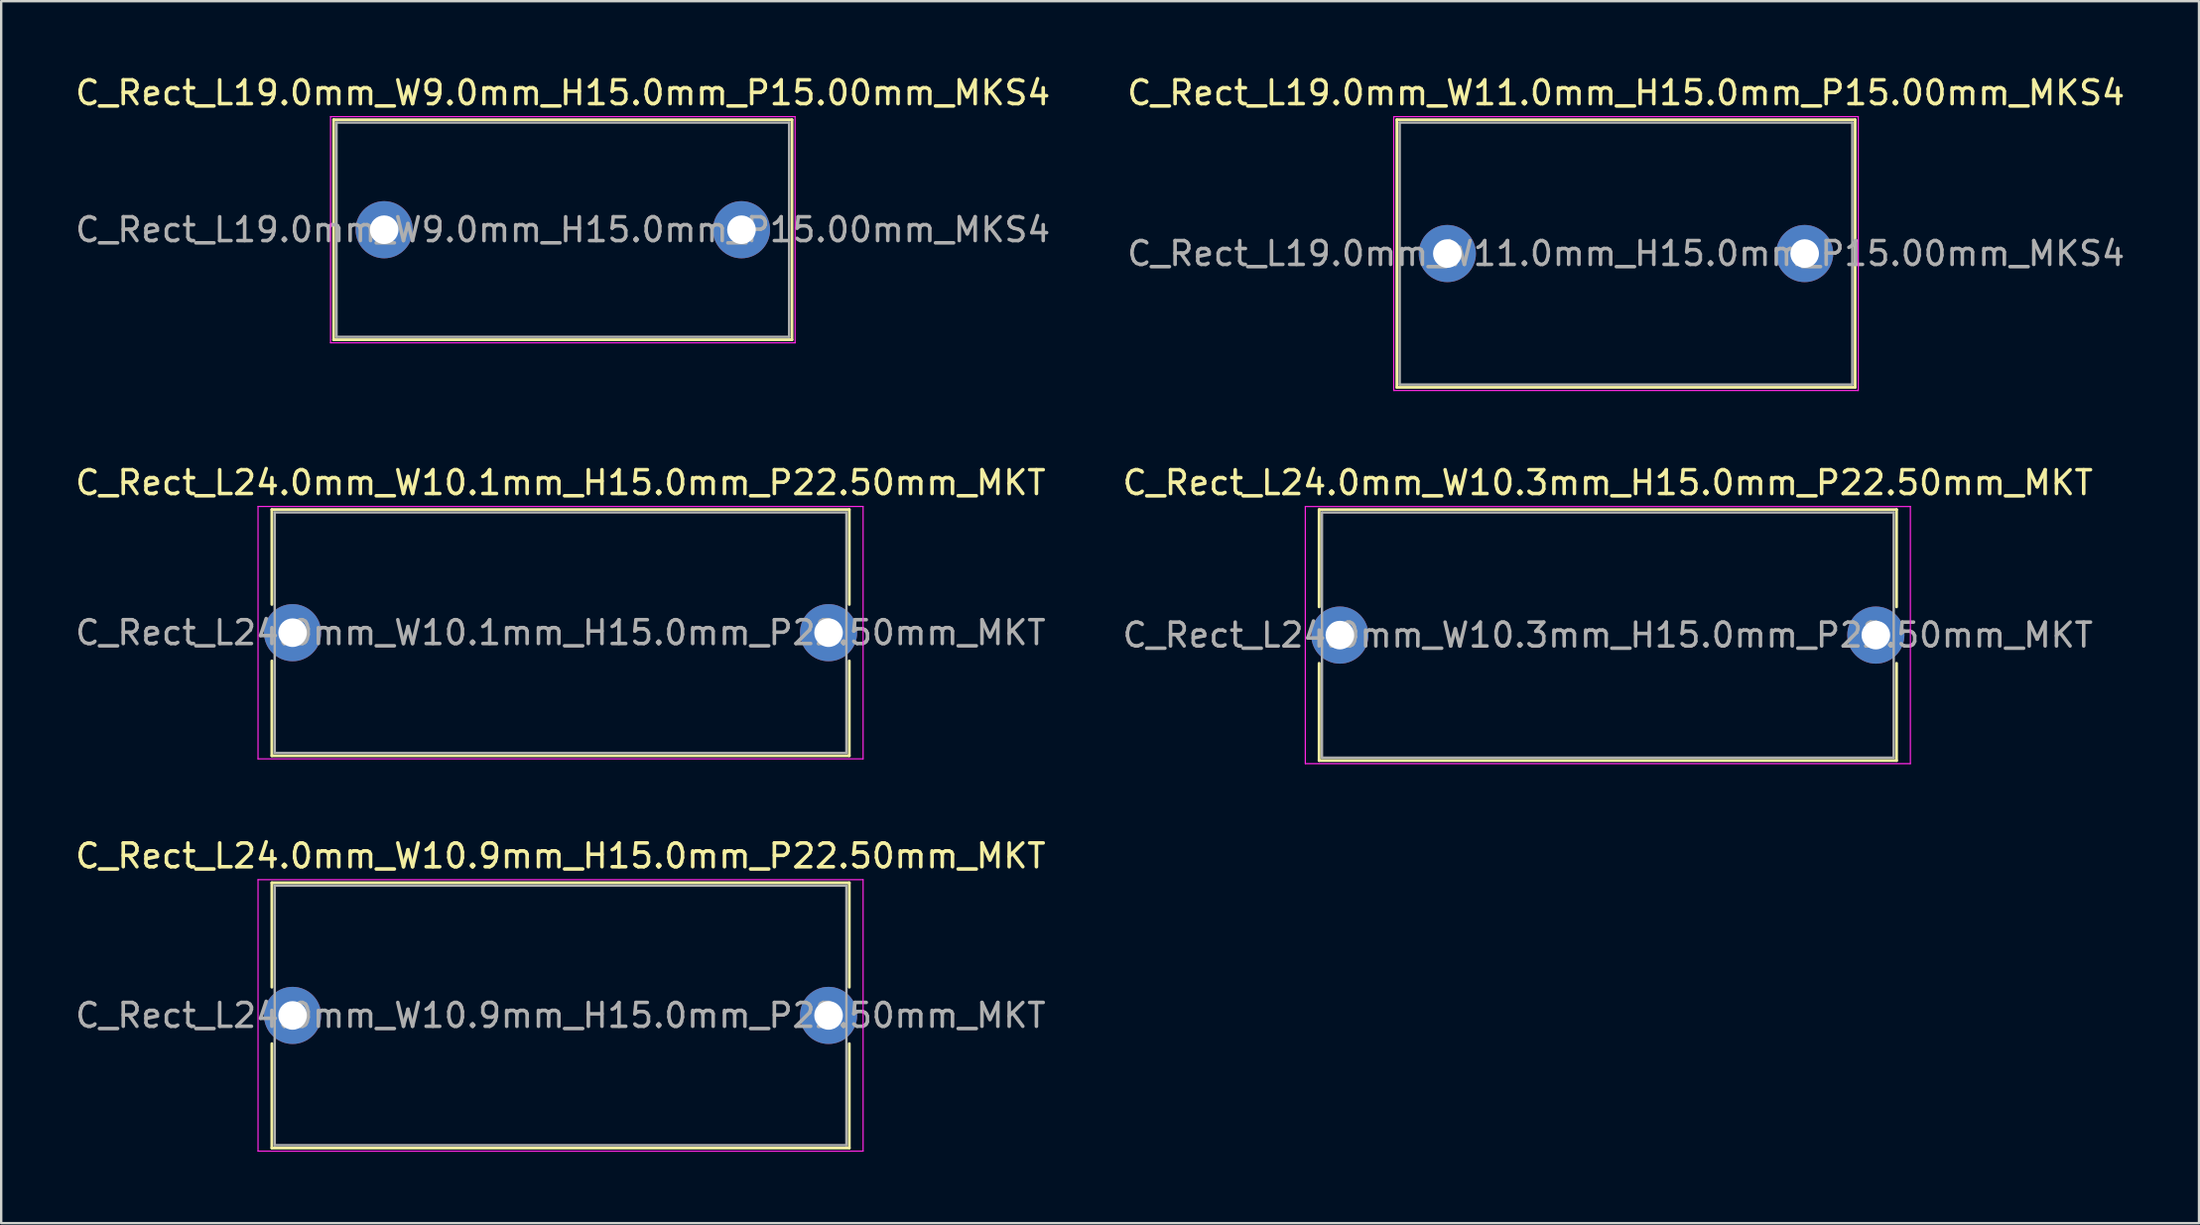
<source format=kicad_pcb>
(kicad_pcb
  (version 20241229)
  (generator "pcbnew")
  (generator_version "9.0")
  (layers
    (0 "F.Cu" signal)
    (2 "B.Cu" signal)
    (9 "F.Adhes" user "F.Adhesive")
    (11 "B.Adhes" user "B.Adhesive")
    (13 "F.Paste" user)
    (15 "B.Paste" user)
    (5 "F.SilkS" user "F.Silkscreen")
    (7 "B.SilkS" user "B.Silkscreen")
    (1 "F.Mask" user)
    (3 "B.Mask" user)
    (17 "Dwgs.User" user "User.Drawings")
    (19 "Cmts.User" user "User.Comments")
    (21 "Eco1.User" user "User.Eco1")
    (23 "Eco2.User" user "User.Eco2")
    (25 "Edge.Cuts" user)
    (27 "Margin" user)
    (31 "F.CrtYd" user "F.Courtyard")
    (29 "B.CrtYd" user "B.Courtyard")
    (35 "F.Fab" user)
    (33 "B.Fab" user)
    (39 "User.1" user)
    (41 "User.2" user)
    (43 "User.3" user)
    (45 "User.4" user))
  (footprint "C_Rect_L19.0mm_W11.0mm_H15.0mm_P15.00mm_MKS4"
    (layer "F.Cu")
    (at 57.708 7.598)
    (property "Reference" "C_Rect_L19.0mm_W11.0mm_H15.0mm_P15.00mm_MKS4" (at 7.5 -6.75 0) (layer "F.SilkS") (effects (font (size 1 1) (thickness 0.15))))
    (attr through_hole)
    (fp_line (start -2.12 -5.62) (end -2.12 5.62) (stroke (width 0.12) (type solid)) (layer "F.SilkS"))
    (fp_line (start -2.12 -5.62) (end 17.12 -5.62) (stroke (width 0.12) (type solid)) (layer "F.SilkS"))
    (fp_line (start -2.12 5.62) (end 17.12 5.62) (stroke (width 0.12) (type solid)) (layer "F.SilkS"))
    (fp_line (start 17.12 -5.62) (end 17.12 5.62) (stroke (width 0.12) (type solid)) (layer "F.SilkS"))
    (fp_line (start -2.25 -5.75) (end -2.25 5.75) (stroke (width 0.05) (type solid)) (layer "F.CrtYd"))
    (fp_line (start -2.25 5.75) (end 17.25 5.75) (stroke (width 0.05) (type solid)) (layer "F.CrtYd"))
    (fp_line (start 17.25 -5.75) (end -2.25 -5.75) (stroke (width 0.05) (type solid)) (layer "F.CrtYd"))
    (fp_line (start 17.25 5.75) (end 17.25 -5.75) (stroke (width 0.05) (type solid)) (layer "F.CrtYd"))
    (fp_line (start -2 -5.5) (end -2 5.5) (stroke (width 0.1) (type solid)) (layer "F.Fab"))
    (fp_line (start -2 5.5) (end 17 5.5) (stroke (width 0.1) (type solid)) (layer "F.Fab"))
    (fp_line (start 17 -5.5) (end -2 -5.5) (stroke (width 0.1) (type solid)) (layer "F.Fab"))
    (fp_line (start 17 5.5) (end 17 -5.5) (stroke (width 0.1) (type solid)) (layer "F.Fab"))
    (fp_text user "${REFERENCE}" (at 7.5 0 0) (layer "F.Fab") (effects (font (size 1 1) (thickness 0.15))))
    (pad "1" thru_hole circle (at 0 0) (size 2.4 2.4) (drill 1.2) (layers "*.Cu" "*.Mask"))
    (pad "2" thru_hole circle (at 15 0) (size 2.4 2.4) (drill 1.2) (layers "*.Cu" "*.Mask")))
  (footprint "C_Rect_L24.0mm_W10.1mm_H15.0mm_P22.50mm_MKT"
    (layer "F.Cu")
    (at 9.232 23.521)
    (property "Reference" "C_Rect_L24.0mm_W10.1mm_H15.0mm_P22.50mm_MKT" (at 11.25 -6.3 0) (layer "F.SilkS") (effects (font (size 1 1) (thickness 0.15))))
    (attr through_hole)
    (fp_line (start -0.87 -5.17) (end -0.87 -1.185) (stroke (width 0.12) (type solid)) (layer "F.SilkS"))
    (fp_line (start -0.87 -5.17) (end 23.37 -5.17) (stroke (width 0.12) (type solid)) (layer "F.SilkS"))
    (fp_line (start -0.87 1.185) (end -0.87 5.17) (stroke (width 0.12) (type solid)) (layer "F.SilkS"))
    (fp_line (start -0.87 5.17) (end 23.37 5.17) (stroke (width 0.12) (type solid)) (layer "F.SilkS"))
    (fp_line (start 23.37 -5.17) (end 23.37 -1.185) (stroke (width 0.12) (type solid)) (layer "F.SilkS"))
    (fp_line (start 23.37 1.185) (end 23.37 5.17) (stroke (width 0.12) (type solid)) (layer "F.SilkS"))
    (fp_line (start -1.45 -5.3) (end -1.45 5.3) (stroke (width 0.05) (type solid)) (layer "F.CrtYd"))
    (fp_line (start -1.45 5.3) (end 23.95 5.3) (stroke (width 0.05) (type solid)) (layer "F.CrtYd"))
    (fp_line (start 23.95 -5.3) (end -1.45 -5.3) (stroke (width 0.05) (type solid)) (layer "F.CrtYd"))
    (fp_line (start 23.95 5.3) (end 23.95 -5.3) (stroke (width 0.05) (type solid)) (layer "F.CrtYd"))
    (fp_line (start -0.75 -5.05) (end -0.75 5.05) (stroke (width 0.1) (type solid)) (layer "F.Fab"))
    (fp_line (start -0.75 5.05) (end 23.25 5.05) (stroke (width 0.1) (type solid)) (layer "F.Fab"))
    (fp_line (start 23.25 -5.05) (end -0.75 -5.05) (stroke (width 0.1) (type solid)) (layer "F.Fab"))
    (fp_line (start 23.25 5.05) (end 23.25 -5.05) (stroke (width 0.1) (type solid)) (layer "F.Fab"))
    (fp_text user "${REFERENCE}" (at 11.25 0 0) (layer "F.Fab") (effects (font (size 1 1) (thickness 0.15))))
    (pad "1" thru_hole circle (at 0 0) (size 2.4 2.4) (drill 1.2) (layers "*.Cu" "*.Mask"))
    (pad "2" thru_hole circle (at 22.5 0) (size 2.4 2.4) (drill 1.2) (layers "*.Cu" "*.Mask")))
  (footprint "C_Rect_L24.0mm_W10.3mm_H15.0mm_P22.50mm_MKT"
    (layer "F.Cu")
    (at 53.196 23.622)
    (property "Reference" "C_Rect_L24.0mm_W10.3mm_H15.0mm_P22.50mm_MKT" (at 11.25 -6.4 0) (layer "F.SilkS") (effects (font (size 1 1) (thickness 0.15))))
    (attr through_hole)
    (fp_line (start -0.87 -5.27) (end -0.87 -1.185) (stroke (width 0.12) (type solid)) (layer "F.SilkS"))
    (fp_line (start -0.87 -5.27) (end 23.37 -5.27) (stroke (width 0.12) (type solid)) (layer "F.SilkS"))
    (fp_line (start -0.87 1.185) (end -0.87 5.27) (stroke (width 0.12) (type solid)) (layer "F.SilkS"))
    (fp_line (start -0.87 5.27) (end 23.37 5.27) (stroke (width 0.12) (type solid)) (layer "F.SilkS"))
    (fp_line (start 23.37 -5.27) (end 23.37 -1.185) (stroke (width 0.12) (type solid)) (layer "F.SilkS"))
    (fp_line (start 23.37 1.185) (end 23.37 5.27) (stroke (width 0.12) (type solid)) (layer "F.SilkS"))
    (fp_line (start -1.45 -5.4) (end -1.45 5.4) (stroke (width 0.05) (type solid)) (layer "F.CrtYd"))
    (fp_line (start -1.45 5.4) (end 23.95 5.4) (stroke (width 0.05) (type solid)) (layer "F.CrtYd"))
    (fp_line (start 23.95 -5.4) (end -1.45 -5.4) (stroke (width 0.05) (type solid)) (layer "F.CrtYd"))
    (fp_line (start 23.95 5.4) (end 23.95 -5.4) (stroke (width 0.05) (type solid)) (layer "F.CrtYd"))
    (fp_line (start -0.75 -5.15) (end -0.75 5.15) (stroke (width 0.1) (type solid)) (layer "F.Fab"))
    (fp_line (start -0.75 5.15) (end 23.25 5.15) (stroke (width 0.1) (type solid)) (layer "F.Fab"))
    (fp_line (start 23.25 -5.15) (end -0.75 -5.15) (stroke (width 0.1) (type solid)) (layer "F.Fab"))
    (fp_line (start 23.25 5.15) (end 23.25 -5.15) (stroke (width 0.1) (type solid)) (layer "F.Fab"))
    (fp_text user "${REFERENCE}" (at 11.25 0 0) (layer "F.Fab") (effects (font (size 1 1) (thickness 0.15))))
    (pad "1" thru_hole circle (at 0 0) (size 2.4 2.4) (drill 1.2) (layers "*.Cu" "*.Mask"))
    (pad "2" thru_hole circle (at 22.5 0) (size 2.4 2.4) (drill 1.2) (layers "*.Cu" "*.Mask")))
  (footprint "C_Rect_L19.0mm_W9.0mm_H15.0mm_P15.00mm_MKS4"
    (layer "F.Cu")
    (at 13.077 6.598)
    (property "Reference" "C_Rect_L19.0mm_W9.0mm_H15.0mm_P15.00mm_MKS4" (at 7.5 -5.75 0) (layer "F.SilkS") (effects (font (size 1 1) (thickness 0.15))))
    (attr through_hole)
    (fp_line (start -2.12 -4.62) (end -2.12 4.62) (stroke (width 0.12) (type solid)) (layer "F.SilkS"))
    (fp_line (start -2.12 -4.62) (end 17.12 -4.62) (stroke (width 0.12) (type solid)) (layer "F.SilkS"))
    (fp_line (start -2.12 4.62) (end 17.12 4.62) (stroke (width 0.12) (type solid)) (layer "F.SilkS"))
    (fp_line (start 17.12 -4.62) (end 17.12 4.62) (stroke (width 0.12) (type solid)) (layer "F.SilkS"))
    (fp_line (start -2.25 -4.75) (end -2.25 4.75) (stroke (width 0.05) (type solid)) (layer "F.CrtYd"))
    (fp_line (start -2.25 4.75) (end 17.25 4.75) (stroke (width 0.05) (type solid)) (layer "F.CrtYd"))
    (fp_line (start 17.25 -4.75) (end -2.25 -4.75) (stroke (width 0.05) (type solid)) (layer "F.CrtYd"))
    (fp_line (start 17.25 4.75) (end 17.25 -4.75) (stroke (width 0.05) (type solid)) (layer "F.CrtYd"))
    (fp_line (start -2 -4.5) (end -2 4.5) (stroke (width 0.1) (type solid)) (layer "F.Fab"))
    (fp_line (start -2 4.5) (end 17 4.5) (stroke (width 0.1) (type solid)) (layer "F.Fab"))
    (fp_line (start 17 -4.5) (end -2 -4.5) (stroke (width 0.1) (type solid)) (layer "F.Fab"))
    (fp_line (start 17 4.5) (end 17 -4.5) (stroke (width 0.1) (type solid)) (layer "F.Fab"))
    (fp_text user "${REFERENCE}" (at 7.5 0 0) (layer "F.Fab") (effects (font (size 1 1) (thickness 0.15))))
    (pad "1" thru_hole circle (at 0 0) (size 2.4 2.4) (drill 1.2) (layers "*.Cu" "*.Mask"))
    (pad "2" thru_hole circle (at 15 0) (size 2.4 2.4) (drill 1.2) (layers "*.Cu" "*.Mask")))
  (footprint "C_Rect_L24.0mm_W10.9mm_H15.0mm_P22.50mm_MKT"
    (layer "F.Cu")
    (at 9.232 39.595)
    (property "Reference" "C_Rect_L24.0mm_W10.9mm_H15.0mm_P22.50mm_MKT" (at 11.25 -6.7 0) (layer "F.SilkS") (effects (font (size 1 1) (thickness 0.15))))
    (attr through_hole)
    (fp_line (start -0.87 -5.57) (end -0.87 -1.185) (stroke (width 0.12) (type solid)) (layer "F.SilkS"))
    (fp_line (start -0.87 -5.57) (end 23.37 -5.57) (stroke (width 0.12) (type solid)) (layer "F.SilkS"))
    (fp_line (start -0.87 1.185) (end -0.87 5.57) (stroke (width 0.12) (type solid)) (layer "F.SilkS"))
    (fp_line (start -0.87 5.57) (end 23.37 5.57) (stroke (width 0.12) (type solid)) (layer "F.SilkS"))
    (fp_line (start 23.37 -5.57) (end 23.37 -1.185) (stroke (width 0.12) (type solid)) (layer "F.SilkS"))
    (fp_line (start 23.37 1.185) (end 23.37 5.57) (stroke (width 0.12) (type solid)) (layer "F.SilkS"))
    (fp_line (start -1.45 -5.7) (end -1.45 5.7) (stroke (width 0.05) (type solid)) (layer "F.CrtYd"))
    (fp_line (start -1.45 5.7) (end 23.95 5.7) (stroke (width 0.05) (type solid)) (layer "F.CrtYd"))
    (fp_line (start 23.95 -5.7) (end -1.45 -5.7) (stroke (width 0.05) (type solid)) (layer "F.CrtYd"))
    (fp_line (start 23.95 5.7) (end 23.95 -5.7) (stroke (width 0.05) (type solid)) (layer "F.CrtYd"))
    (fp_line (start -0.75 -5.45) (end -0.75 5.45) (stroke (width 0.1) (type solid)) (layer "F.Fab"))
    (fp_line (start -0.75 5.45) (end 23.25 5.45) (stroke (width 0.1) (type solid)) (layer "F.Fab"))
    (fp_line (start 23.25 -5.45) (end -0.75 -5.45) (stroke (width 0.1) (type solid)) (layer "F.Fab"))
    (fp_line (start 23.25 5.45) (end 23.25 -5.45) (stroke (width 0.1) (type solid)) (layer "F.Fab"))
    (fp_text user "${REFERENCE}" (at 11.25 0 0) (layer "F.Fab") (effects (font (size 1 1) (thickness 0.15))))
    (pad "1" thru_hole circle (at 0 0) (size 2.4 2.4) (drill 1.2) (layers "*.Cu" "*.Mask"))
    (pad "2" thru_hole circle (at 22.5 0) (size 2.4 2.4) (drill 1.2) (layers "*.Cu" "*.Mask")))
  (gr_rect
    (start -3 -3)
    (end 89.262 48.32)
    (stroke (width 0.1) (type default))
    (fill no)
    (layer "Edge.Cuts")))
</source>
